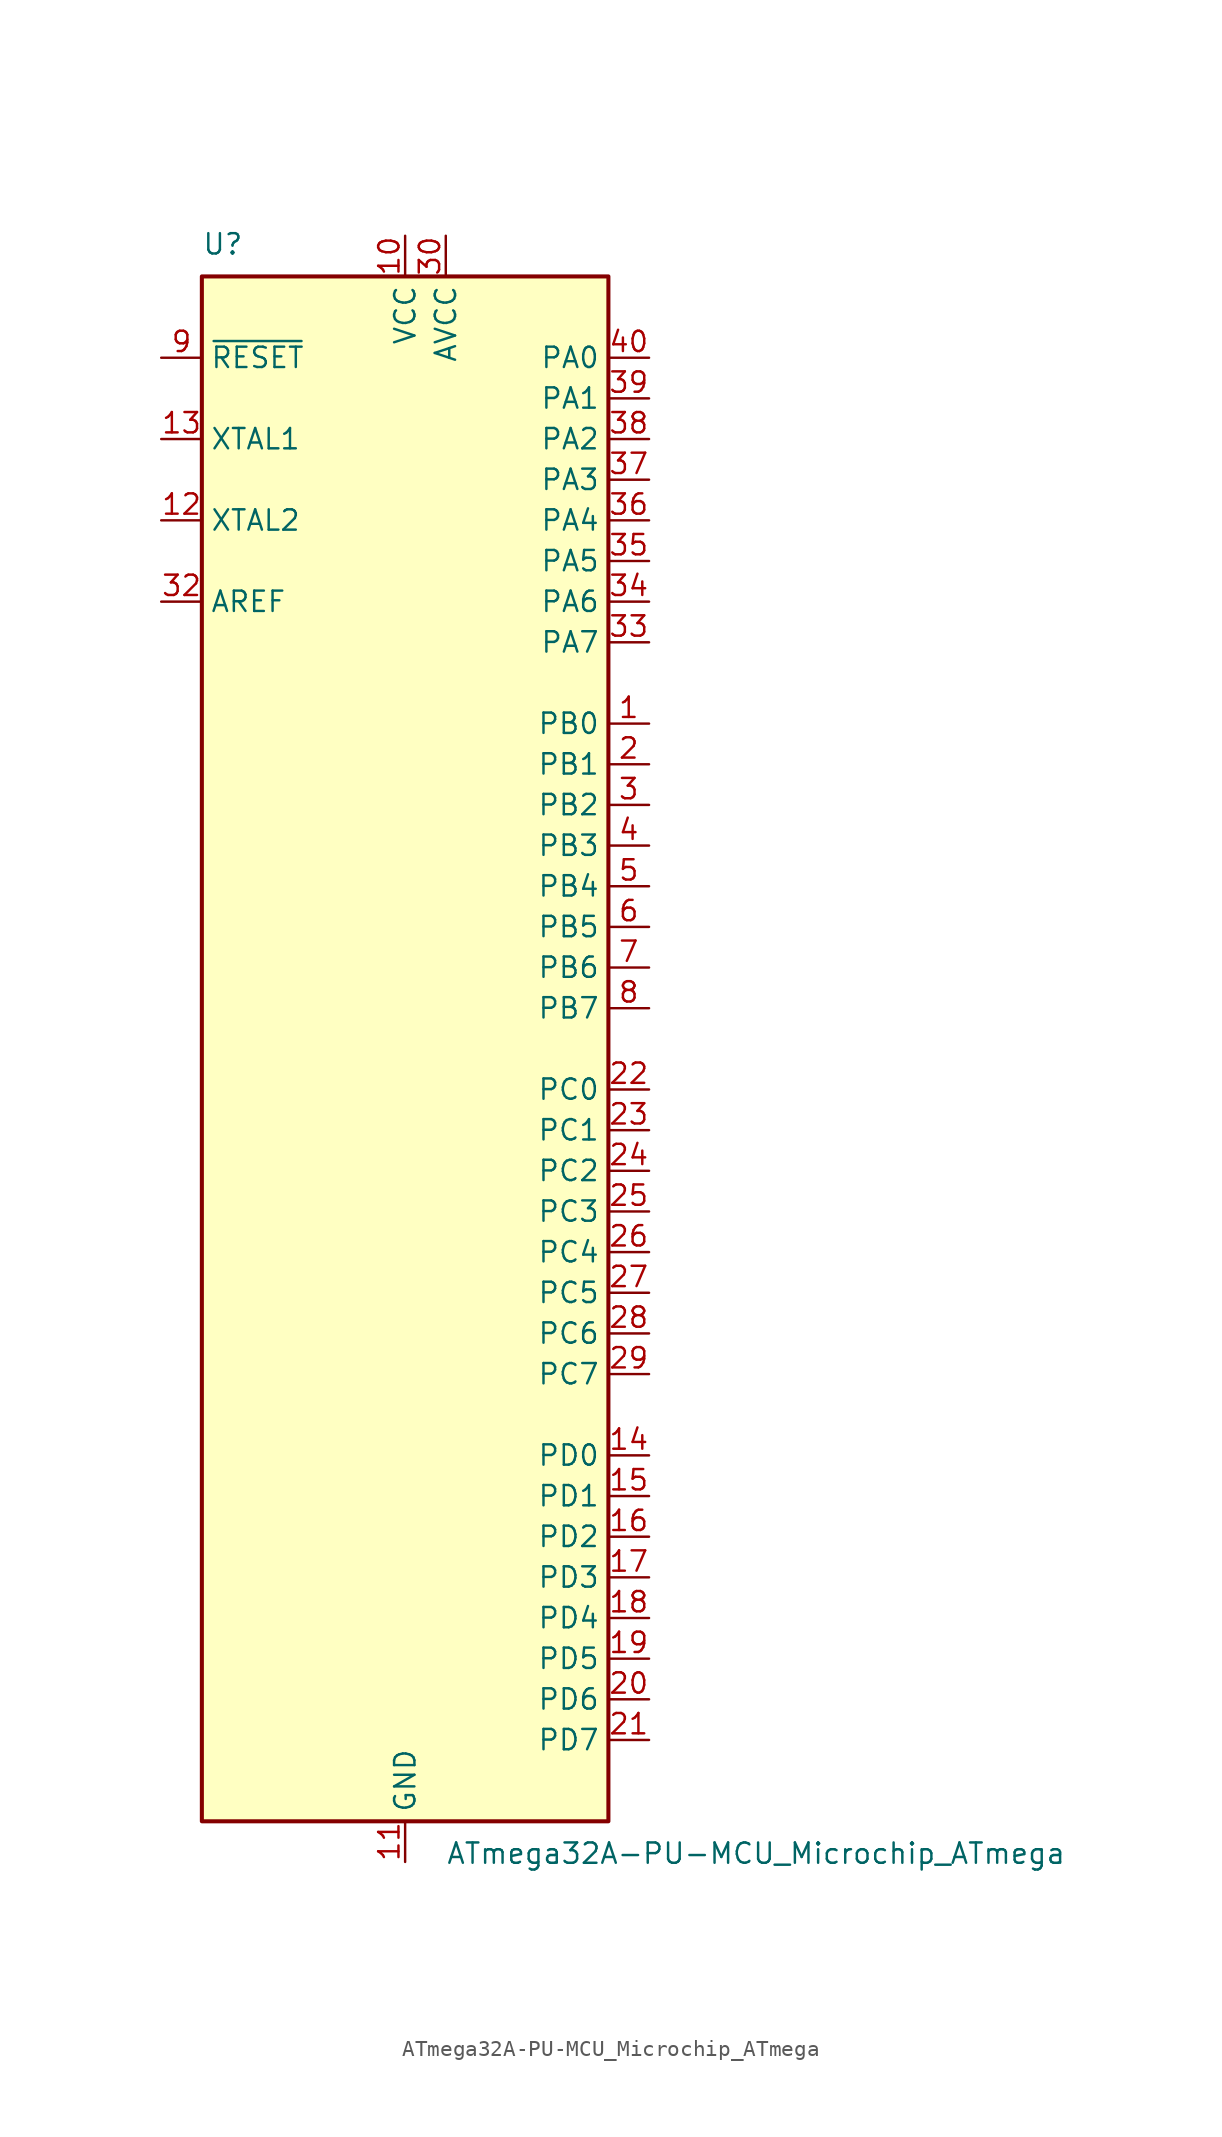
<source format=kicad_sym>
(kicad_symbol_lib
  (version 20211014)
  (generator kicad_symbol_editor)
  (symbol "ATmega32A-PU-MCU_Microchip_ATmega"
    (property "Reference" "U"
      (at -12.7 49.53 0)
      (effects (font (size 1.27 1.27)) (justify left bottom)))
    (property "Value" "ATmega32A-PU-MCU_Microchip_ATmega"
      (at 2.54 -49.53 0)
      (effects (font (size 1.27 1.27)) (justify left top)))
    (symbol "ATmega32A-PU-MCU_Microchip_ATmega_0_1"
      (rectangle (start -12.7 -48.26) (end 12.7 48.26) (stroke (width 0.254) (type default) (color 0 0 0 0)) (fill (type background))))
    (symbol "ATmega32A-PU-MCU_Microchip_ATmega_1_1"
      (pin tri_state line (at 15.24 20.32 180) (length 2.54) (name "PB0" (effects (font (size 1.27 1.27)))) (number "1" (effects (font (size 1.27 1.27)))))
      (pin power_in line (at 0 50.8 270) (length 2.54) (name "VCC" (effects (font (size 1.27 1.27)))) (number "10" (effects (font (size 1.27 1.27)))))
      (pin power_in line (at 0 -50.8 90) (length 2.54) (name "GND" (effects (font (size 1.27 1.27)))) (number "11" (effects (font (size 1.27 1.27)))))
      (pin output line (at -15.24 33.02 0) (length 2.54) (name "XTAL2" (effects (font (size 1.27 1.27)))) (number "12" (effects (font (size 1.27 1.27)))))
      (pin input line (at -15.24 38.1 0) (length 2.54) (name "XTAL1" (effects (font (size 1.27 1.27)))) (number "13" (effects (font (size 1.27 1.27)))))
      (pin tri_state line (at 15.24 -25.4 180) (length 2.54) (name "PD0" (effects (font (size 1.27 1.27)))) (number "14" (effects (font (size 1.27 1.27)))))
      (pin tri_state line (at 15.24 -27.94 180) (length 2.54) (name "PD1" (effects (font (size 1.27 1.27)))) (number "15" (effects (font (size 1.27 1.27)))))
      (pin tri_state line (at 15.24 -30.48 180) (length 2.54) (name "PD2" (effects (font (size 1.27 1.27)))) (number "16" (effects (font (size 1.27 1.27)))))
      (pin tri_state line (at 15.24 -33.02 180) (length 2.54) (name "PD3" (effects (font (size 1.27 1.27)))) (number "17" (effects (font (size 1.27 1.27)))))
      (pin tri_state line (at 15.24 -35.56 180) (length 2.54) (name "PD4" (effects (font (size 1.27 1.27)))) (number "18" (effects (font (size 1.27 1.27)))))
      (pin tri_state line (at 15.24 -38.1 180) (length 2.54) (name "PD5" (effects (font (size 1.27 1.27)))) (number "19" (effects (font (size 1.27 1.27)))))
      (pin tri_state line (at 15.24 17.78 180) (length 2.54) (name "PB1" (effects (font (size 1.27 1.27)))) (number "2" (effects (font (size 1.27 1.27)))))
      (pin tri_state line (at 15.24 -40.64 180) (length 2.54) (name "PD6" (effects (font (size 1.27 1.27)))) (number "20" (effects (font (size 1.27 1.27)))))
      (pin tri_state line (at 15.24 -43.18 180) (length 2.54) (name "PD7" (effects (font (size 1.27 1.27)))) (number "21" (effects (font (size 1.27 1.27)))))
      (pin tri_state line (at 15.24 -2.54 180) (length 2.54) (name "PC0" (effects (font (size 1.27 1.27)))) (number "22" (effects (font (size 1.27 1.27)))))
      (pin tri_state line (at 15.24 -5.08 180) (length 2.54) (name "PC1" (effects (font (size 1.27 1.27)))) (number "23" (effects (font (size 1.27 1.27)))))
      (pin tri_state line (at 15.24 -7.62 180) (length 2.54) (name "PC2" (effects (font (size 1.27 1.27)))) (number "24" (effects (font (size 1.27 1.27)))))
      (pin tri_state line (at 15.24 -10.16 180) (length 2.54) (name "PC3" (effects (font (size 1.27 1.27)))) (number "25" (effects (font (size 1.27 1.27)))))
      (pin tri_state line (at 15.24 -12.7 180) (length 2.54) (name "PC4" (effects (font (size 1.27 1.27)))) (number "26" (effects (font (size 1.27 1.27)))))
      (pin tri_state line (at 15.24 -15.24 180) (length 2.54) (name "PC5" (effects (font (size 1.27 1.27)))) (number "27" (effects (font (size 1.27 1.27)))))
      (pin tri_state line (at 15.24 -17.78 180) (length 2.54) (name "PC6" (effects (font (size 1.27 1.27)))) (number "28" (effects (font (size 1.27 1.27)))))
      (pin tri_state line (at 15.24 -20.32 180) (length 2.54) (name "PC7" (effects (font (size 1.27 1.27)))) (number "29" (effects (font (size 1.27 1.27)))))
      (pin tri_state line (at 15.24 15.24 180) (length 2.54) (name "PB2" (effects (font (size 1.27 1.27)))) (number "3" (effects (font (size 1.27 1.27)))))
      (pin power_in line (at 2.54 50.8 270) (length 2.54) (name "AVCC" (effects (font (size 1.27 1.27)))) (number "30" (effects (font (size 1.27 1.27)))))
      (pin passive line (at 0 -50.8 90) (length 2.54) hide (name "GND" (effects (font (size 1.27 1.27)))) (number "31" (effects (font (size 1.27 1.27)))))
      (pin passive line (at -15.24 27.94 0) (length 2.54) (name "AREF" (effects (font (size 1.27 1.27)))) (number "32" (effects (font (size 1.27 1.27)))))
      (pin tri_state line (at 15.24 25.4 180) (length 2.54) (name "PA7" (effects (font (size 1.27 1.27)))) (number "33" (effects (font (size 1.27 1.27)))))
      (pin tri_state line (at 15.24 27.94 180) (length 2.54) (name "PA6" (effects (font (size 1.27 1.27)))) (number "34" (effects (font (size 1.27 1.27)))))
      (pin tri_state line (at 15.24 30.48 180) (length 2.54) (name "PA5" (effects (font (size 1.27 1.27)))) (number "35" (effects (font (size 1.27 1.27)))))
      (pin tri_state line (at 15.24 33.02 180) (length 2.54) (name "PA4" (effects (font (size 1.27 1.27)))) (number "36" (effects (font (size 1.27 1.27)))))
      (pin tri_state line (at 15.24 35.56 180) (length 2.54) (name "PA3" (effects (font (size 1.27 1.27)))) (number "37" (effects (font (size 1.27 1.27)))))
      (pin tri_state line (at 15.24 38.1 180) (length 2.54) (name "PA2" (effects (font (size 1.27 1.27)))) (number "38" (effects (font (size 1.27 1.27)))))
      (pin tri_state line (at 15.24 40.64 180) (length 2.54) (name "PA1" (effects (font (size 1.27 1.27)))) (number "39" (effects (font (size 1.27 1.27)))))
      (pin tri_state line (at 15.24 12.7 180) (length 2.54) (name "PB3" (effects (font (size 1.27 1.27)))) (number "4" (effects (font (size 1.27 1.27)))))
      (pin tri_state line (at 15.24 43.18 180) (length 2.54) (name "PA0" (effects (font (size 1.27 1.27)))) (number "40" (effects (font (size 1.27 1.27)))))
      (pin tri_state line (at 15.24 10.16 180) (length 2.54) (name "PB4" (effects (font (size 1.27 1.27)))) (number "5" (effects (font (size 1.27 1.27)))))
      (pin tri_state line (at 15.24 7.62 180) (length 2.54) (name "PB5" (effects (font (size 1.27 1.27)))) (number "6" (effects (font (size 1.27 1.27)))))
      (pin tri_state line (at 15.24 5.08 180) (length 2.54) (name "PB6" (effects (font (size 1.27 1.27)))) (number "7" (effects (font (size 1.27 1.27)))))
      (pin tri_state line (at 15.24 2.54 180) (length 2.54) (name "PB7" (effects (font (size 1.27 1.27)))) (number "8" (effects (font (size 1.27 1.27)))))
      (pin input line (at -15.24 43.18 0) (length 2.54) (name "~{RESET}" (effects (font (size 1.27 1.27)))) (number "9" (effects (font (size 1.27 1.27))))))))
</source>
